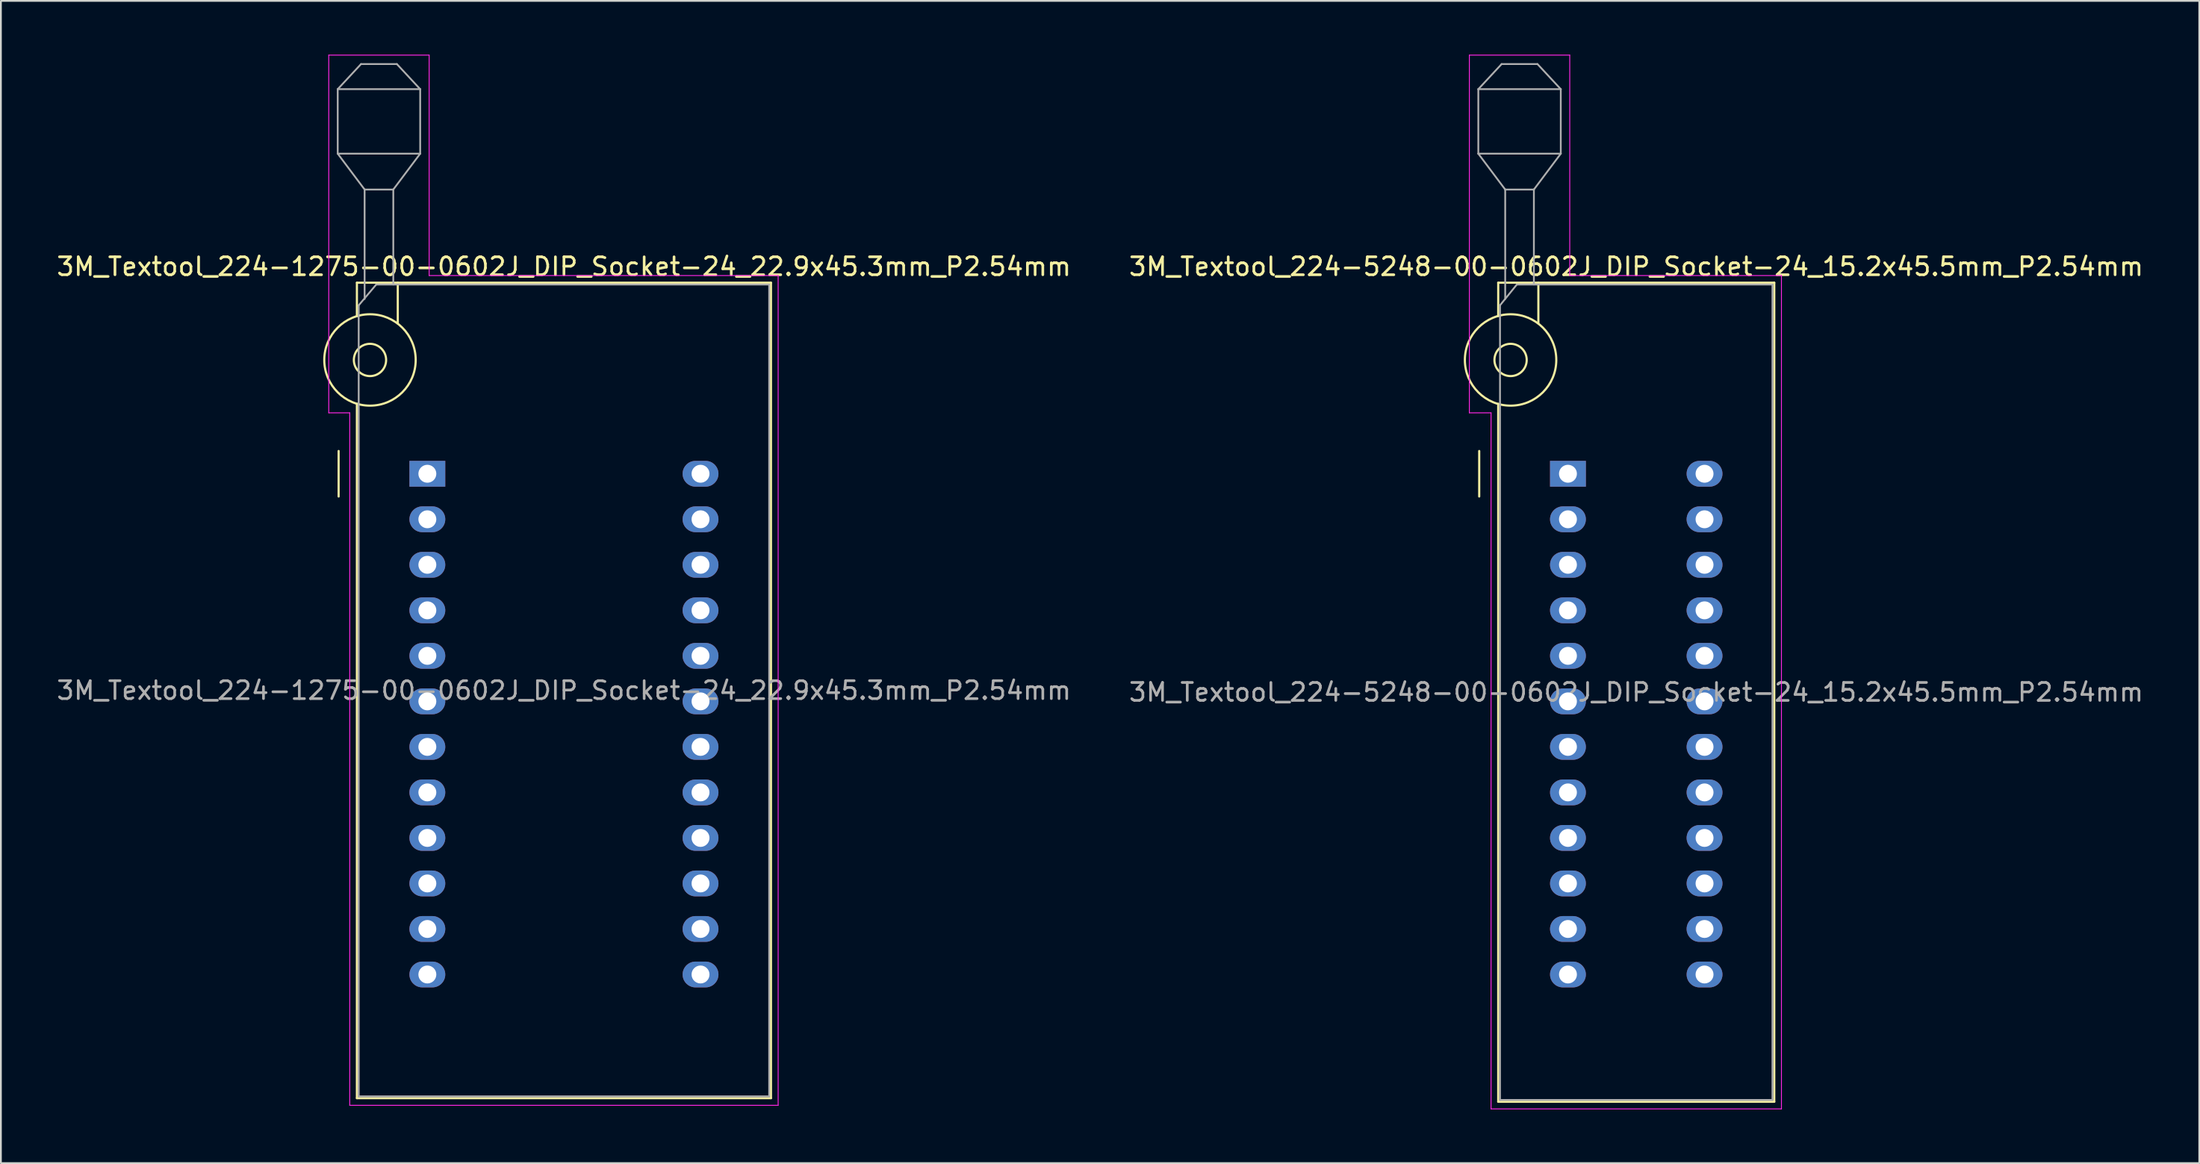
<source format=kicad_pcb>
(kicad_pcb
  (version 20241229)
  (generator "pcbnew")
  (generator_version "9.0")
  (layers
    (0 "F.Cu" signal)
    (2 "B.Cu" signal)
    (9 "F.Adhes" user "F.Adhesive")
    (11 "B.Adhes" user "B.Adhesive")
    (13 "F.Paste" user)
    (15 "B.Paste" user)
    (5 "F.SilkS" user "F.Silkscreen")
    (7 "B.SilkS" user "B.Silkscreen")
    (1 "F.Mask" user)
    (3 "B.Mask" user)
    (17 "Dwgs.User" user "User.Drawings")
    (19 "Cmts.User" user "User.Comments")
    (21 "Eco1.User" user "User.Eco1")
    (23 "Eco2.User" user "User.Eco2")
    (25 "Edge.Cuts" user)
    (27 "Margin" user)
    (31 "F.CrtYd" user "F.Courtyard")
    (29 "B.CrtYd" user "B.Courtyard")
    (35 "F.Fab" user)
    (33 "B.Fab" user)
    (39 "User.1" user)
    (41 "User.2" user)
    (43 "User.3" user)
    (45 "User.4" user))
  (footprint "3M_Textool_224-5248-00-0602J_DIP_Socket-24_15.2x45.5mm_P2.54mm"
    (layer "F.Cu")
    (at 84.422 23.385)
    (property "Reference" "3M_Textool_224-5248-00-0602J_DIP_Socket-24_15.2x45.5mm_P2.54mm" (at 3.81 -11.56 0) (layer "F.SilkS") (effects (font (size 1 1) (thickness 0.15))))
    (attr through_hole)
    (fp_line (start -4.95 1.27) (end -4.95 -1.27) (stroke (width 0.12) (type solid)) (layer "F.SilkS"))
    (fp_line (start -3.89 -10.66) (end -3.89 -8.8) (stroke (width 0.12) (type solid)) (layer "F.SilkS"))
    (fp_line (start -3.89 -3.9) (end -3.89 35.04) (stroke (width 0.12) (type solid)) (layer "F.SilkS"))
    (fp_line (start -3.89 35.04) (end 11.51 35.04) (stroke (width 0.12) (type solid)) (layer "F.SilkS"))
    (fp_line (start -1.65 -10.66) (end -1.65 -8.4) (stroke (width 0.12) (type solid)) (layer "F.SilkS"))
    (fp_line (start 11.51 -10.66) (end -3.89 -10.66) (stroke (width 0.12) (type solid)) (layer "F.SilkS"))
    (fp_line (start 11.51 35.04) (end 11.51 -10.66) (stroke (width 0.12) (type solid)) (layer "F.SilkS"))
    (fp_circle (center -3.2 -6.35) (end -2.3 -6.35) (stroke (width 0.12) (type solid)) (fill no) (layer "F.SilkS"))
    (fp_circle (center -3.2 -6.35) (end -0.65 -6.35) (stroke (width 0.12) (type solid)) (fill no) (layer "F.SilkS"))
    (fp_line (start -5.5 -23.36) (end 0.1 -23.36) (stroke (width 0.05) (type solid)) (layer "F.CrtYd"))
    (fp_line (start -5.5 -3.4) (end -5.5 -23.36) (stroke (width 0.05) (type solid)) (layer "F.CrtYd"))
    (fp_line (start -4.29 -3.4) (end -5.5 -3.4) (stroke (width 0.05) (type solid)) (layer "F.CrtYd"))
    (fp_line (start -4.29 35.44) (end -4.29 -3.4) (stroke (width 0.05) (type solid)) (layer "F.CrtYd"))
    (fp_line (start 0.1 -23.36) (end 0.1 -11.06) (stroke (width 0.05) (type solid)) (layer "F.CrtYd"))
    (fp_line (start 0.1 -11.06) (end 11.91 -11.06) (stroke (width 0.05) (type solid)) (layer "F.CrtYd"))
    (fp_line (start 11.91 -11.06) (end 11.91 35.44) (stroke (width 0.05) (type solid)) (layer "F.CrtYd"))
    (fp_line (start 11.91 35.44) (end -4.29 35.44) (stroke (width 0.05) (type solid)) (layer "F.CrtYd"))
    (fp_line (start -5 -21.46) (end -5 -17.86) (stroke (width 0.1) (type solid)) (layer "F.Fab"))
    (fp_line (start -5 -21.46) (end -3.7 -22.86) (stroke (width 0.1) (type solid)) (layer "F.Fab"))
    (fp_line (start -5 -17.86) (end -3.5 -15.86) (stroke (width 0.1) (type solid)) (layer "F.Fab"))
    (fp_line (start -5 -17.86) (end -0.4 -17.86) (stroke (width 0.1) (type solid)) (layer "F.Fab"))
    (fp_line (start -3.79 -9.4) (end -2.85 -10.56) (stroke (width 0.1) (type solid)) (layer "F.Fab"))
    (fp_line (start -3.79 34.94) (end -3.79 -9.4) (stroke (width 0.1) (type solid)) (layer "F.Fab"))
    (fp_line (start -3.7 -22.86) (end -1.7 -22.86) (stroke (width 0.1) (type solid)) (layer "F.Fab"))
    (fp_line (start -3.5 -15.86) (end -1.9 -15.86) (stroke (width 0.1) (type solid)) (layer "F.Fab"))
    (fp_line (start -3.5 -9.75) (end -3.5 -15.86) (stroke (width 0.1) (type solid)) (layer "F.Fab"))
    (fp_line (start -2.85 -10.56) (end 11.41 -10.56) (stroke (width 0.1) (type solid)) (layer "F.Fab"))
    (fp_line (start -1.9 -15.86) (end -1.9 -10.56) (stroke (width 0.1) (type solid)) (layer "F.Fab"))
    (fp_line (start -1.7 -22.86) (end -0.4 -21.46) (stroke (width 0.1) (type solid)) (layer "F.Fab"))
    (fp_line (start -0.4 -21.46) (end -5 -21.46) (stroke (width 0.1) (type solid)) (layer "F.Fab"))
    (fp_line (start -0.4 -17.86) (end -1.9 -15.86) (stroke (width 0.1) (type solid)) (layer "F.Fab"))
    (fp_line (start -0.4 -17.86) (end -0.4 -21.46) (stroke (width 0.1) (type solid)) (layer "F.Fab"))
    (fp_line (start 11.41 -10.56) (end 11.41 34.94) (stroke (width 0.1) (type solid)) (layer "F.Fab"))
    (fp_line (start 11.41 34.94) (end -3.79 34.94) (stroke (width 0.1) (type solid)) (layer "F.Fab"))
    (fp_text user "${REFERENCE}" (at 3.81 12.19 0) (layer "F.Fab") (effects (font (size 1 1) (thickness 0.15))))
    (pad "1" thru_hole rect (at 0 0) (size 2 1.44) (drill 1) (layers "*.Cu" "*.Mask"))
    (pad "2" thru_hole oval (at 0 2.54) (size 2 1.44) (drill 1) (layers "*.Cu" "*.Mask"))
    (pad "3" thru_hole oval (at 0 5.08) (size 2 1.44) (drill 1) (layers "*.Cu" "*.Mask"))
    (pad "4" thru_hole oval (at 0 7.62) (size 2 1.44) (drill 1) (layers "*.Cu" "*.Mask"))
    (pad "5" thru_hole oval (at 0 10.16) (size 2 1.44) (drill 1) (layers "*.Cu" "*.Mask"))
    (pad "6" thru_hole oval (at 0 12.7) (size 2 1.44) (drill 1) (layers "*.Cu" "*.Mask"))
    (pad "7" thru_hole oval (at 0 15.24) (size 2 1.44) (drill 1) (layers "*.Cu" "*.Mask"))
    (pad "8" thru_hole oval (at 0 17.78) (size 2 1.44) (drill 1) (layers "*.Cu" "*.Mask"))
    (pad "9" thru_hole oval (at 0 20.32) (size 2 1.44) (drill 1) (layers "*.Cu" "*.Mask"))
    (pad "10" thru_hole oval (at 0 22.86) (size 2 1.44) (drill 1) (layers "*.Cu" "*.Mask"))
    (pad "11" thru_hole oval (at 0 25.4) (size 2 1.44) (drill 1) (layers "*.Cu" "*.Mask"))
    (pad "12" thru_hole oval (at 0 27.94) (size 2 1.44) (drill 1) (layers "*.Cu" "*.Mask"))
    (pad "13" thru_hole oval (at 7.62 27.94) (size 2 1.44) (drill 1) (layers "*.Cu" "*.Mask"))
    (pad "14" thru_hole oval (at 7.62 25.4) (size 2 1.44) (drill 1) (layers "*.Cu" "*.Mask"))
    (pad "15" thru_hole oval (at 7.62 22.86) (size 2 1.44) (drill 1) (layers "*.Cu" "*.Mask"))
    (pad "16" thru_hole oval (at 7.62 20.32) (size 2 1.44) (drill 1) (layers "*.Cu" "*.Mask"))
    (pad "17" thru_hole oval (at 7.62 17.78) (size 2 1.44) (drill 1) (layers "*.Cu" "*.Mask"))
    (pad "18" thru_hole oval (at 7.62 15.24) (size 2 1.44) (drill 1) (layers "*.Cu" "*.Mask"))
    (pad "19" thru_hole oval (at 7.62 12.7) (size 2 1.44) (drill 1) (layers "*.Cu" "*.Mask"))
    (pad "20" thru_hole oval (at 7.62 10.16) (size 2 1.44) (drill 1) (layers "*.Cu" "*.Mask"))
    (pad "21" thru_hole oval (at 7.62 7.62) (size 2 1.44) (drill 1) (layers "*.Cu" "*.Mask"))
    (pad "22" thru_hole oval (at 7.62 5.08) (size 2 1.44) (drill 1) (layers "*.Cu" "*.Mask"))
    (pad "23" thru_hole oval (at 7.62 2.54) (size 2 1.44) (drill 1) (layers "*.Cu" "*.Mask"))
    (pad "24" thru_hole oval (at 7.62 0) (size 2 1.44) (drill 1) (layers "*.Cu" "*.Mask")))
  (footprint "3M_Textool_224-1275-00-0602J_DIP_Socket-24_22.9x45.3mm_P2.54mm"
    (layer "F.Cu")
    (at 20.791 23.385)
    (property "Reference" "3M_Textool_224-1275-00-0602J_DIP_Socket-24_22.9x45.3mm_P2.54mm" (at 7.62 -11.56 0) (layer "F.SilkS") (effects (font (size 1 1) (thickness 0.15))))
    (attr through_hole)
    (fp_line (start -4.95 1.27) (end -4.95 -1.27) (stroke (width 0.12) (type solid)) (layer "F.SilkS"))
    (fp_line (start -3.93 -10.66) (end -3.93 -8.8) (stroke (width 0.12) (type solid)) (layer "F.SilkS"))
    (fp_line (start -3.93 -3.9) (end -3.93 34.84) (stroke (width 0.12) (type solid)) (layer "F.SilkS"))
    (fp_line (start -3.93 34.84) (end 19.17 34.84) (stroke (width 0.12) (type solid)) (layer "F.SilkS"))
    (fp_line (start -1.65 -10.66) (end -1.65 -8.4) (stroke (width 0.12) (type solid)) (layer "F.SilkS"))
    (fp_line (start 19.17 -10.66) (end -3.93 -10.66) (stroke (width 0.12) (type solid)) (layer "F.SilkS"))
    (fp_line (start 19.17 34.84) (end 19.17 -10.66) (stroke (width 0.12) (type solid)) (layer "F.SilkS"))
    (fp_circle (center -3.2 -6.35) (end -2.3 -6.35) (stroke (width 0.12) (type solid)) (fill no) (layer "F.SilkS"))
    (fp_circle (center -3.2 -6.35) (end -0.65 -6.35) (stroke (width 0.12) (type solid)) (fill no) (layer "F.SilkS"))
    (fp_line (start -5.5 -23.36) (end 0.1 -23.36) (stroke (width 0.05) (type solid)) (layer "F.CrtYd"))
    (fp_line (start -5.5 -3.4) (end -5.5 -23.36) (stroke (width 0.05) (type solid)) (layer "F.CrtYd"))
    (fp_line (start -4.33 -3.4) (end -5.5 -3.4) (stroke (width 0.05) (type solid)) (layer "F.CrtYd"))
    (fp_line (start -4.33 35.24) (end -4.33 -3.4) (stroke (width 0.05) (type solid)) (layer "F.CrtYd"))
    (fp_line (start 0.1 -23.36) (end 0.1 -11.06) (stroke (width 0.05) (type solid)) (layer "F.CrtYd"))
    (fp_line (start 0.1 -11.06) (end 19.57 -11.06) (stroke (width 0.05) (type solid)) (layer "F.CrtYd"))
    (fp_line (start 19.57 -11.06) (end 19.57 35.24) (stroke (width 0.05) (type solid)) (layer "F.CrtYd"))
    (fp_line (start 19.57 35.24) (end -4.33 35.24) (stroke (width 0.05) (type solid)) (layer "F.CrtYd"))
    (fp_line (start -5 -21.46) (end -5 -17.86) (stroke (width 0.1) (type solid)) (layer "F.Fab"))
    (fp_line (start -5 -21.46) (end -3.7 -22.86) (stroke (width 0.1) (type solid)) (layer "F.Fab"))
    (fp_line (start -5 -17.86) (end -3.5 -15.86) (stroke (width 0.1) (type solid)) (layer "F.Fab"))
    (fp_line (start -5 -17.86) (end -0.4 -17.86) (stroke (width 0.1) (type solid)) (layer "F.Fab"))
    (fp_line (start -3.83 -9.4) (end -2.85 -10.56) (stroke (width 0.1) (type solid)) (layer "F.Fab"))
    (fp_line (start -3.83 34.74) (end -3.83 -9.4) (stroke (width 0.1) (type solid)) (layer "F.Fab"))
    (fp_line (start -3.7 -22.86) (end -1.7 -22.86) (stroke (width 0.1) (type solid)) (layer "F.Fab"))
    (fp_line (start -3.5 -15.86) (end -1.9 -15.86) (stroke (width 0.1) (type solid)) (layer "F.Fab"))
    (fp_line (start -3.5 -9.75) (end -3.5 -15.86) (stroke (width 0.1) (type solid)) (layer "F.Fab"))
    (fp_line (start -2.85 -10.56) (end 19.07 -10.56) (stroke (width 0.1) (type solid)) (layer "F.Fab"))
    (fp_line (start -1.9 -15.86) (end -1.9 -10.56) (stroke (width 0.1) (type solid)) (layer "F.Fab"))
    (fp_line (start -1.7 -22.86) (end -0.4 -21.46) (stroke (width 0.1) (type solid)) (layer "F.Fab"))
    (fp_line (start -0.4 -21.46) (end -5 -21.46) (stroke (width 0.1) (type solid)) (layer "F.Fab"))
    (fp_line (start -0.4 -17.86) (end -1.9 -15.86) (stroke (width 0.1) (type solid)) (layer "F.Fab"))
    (fp_line (start -0.4 -17.86) (end -0.4 -21.46) (stroke (width 0.1) (type solid)) (layer "F.Fab"))
    (fp_line (start 19.07 -10.56) (end 19.07 34.74) (stroke (width 0.1) (type solid)) (layer "F.Fab"))
    (fp_line (start 19.07 34.74) (end -3.83 34.74) (stroke (width 0.1) (type solid)) (layer "F.Fab"))
    (fp_text user "${REFERENCE}" (at 7.62 12.09 0) (layer "F.Fab") (effects (font (size 1 1) (thickness 0.15))))
    (pad "1" thru_hole rect (at 0 0) (size 2 1.44) (drill 1) (layers "*.Cu" "*.Mask"))
    (pad "2" thru_hole oval (at 0 2.54) (size 2 1.44) (drill 1) (layers "*.Cu" "*.Mask"))
    (pad "3" thru_hole oval (at 0 5.08) (size 2 1.44) (drill 1) (layers "*.Cu" "*.Mask"))
    (pad "4" thru_hole oval (at 0 7.62) (size 2 1.44) (drill 1) (layers "*.Cu" "*.Mask"))
    (pad "5" thru_hole oval (at 0 10.16) (size 2 1.44) (drill 1) (layers "*.Cu" "*.Mask"))
    (pad "6" thru_hole oval (at 0 12.7) (size 2 1.44) (drill 1) (layers "*.Cu" "*.Mask"))
    (pad "7" thru_hole oval (at 0 15.24) (size 2 1.44) (drill 1) (layers "*.Cu" "*.Mask"))
    (pad "8" thru_hole oval (at 0 17.78) (size 2 1.44) (drill 1) (layers "*.Cu" "*.Mask"))
    (pad "9" thru_hole oval (at 0 20.32) (size 2 1.44) (drill 1) (layers "*.Cu" "*.Mask"))
    (pad "10" thru_hole oval (at 0 22.86) (size 2 1.44) (drill 1) (layers "*.Cu" "*.Mask"))
    (pad "11" thru_hole oval (at 0 25.4) (size 2 1.44) (drill 1) (layers "*.Cu" "*.Mask"))
    (pad "12" thru_hole oval (at 0 27.94) (size 2 1.44) (drill 1) (layers "*.Cu" "*.Mask"))
    (pad "13" thru_hole oval (at 15.24 27.94) (size 2 1.44) (drill 1) (layers "*.Cu" "*.Mask"))
    (pad "14" thru_hole oval (at 15.24 25.4) (size 2 1.44) (drill 1) (layers "*.Cu" "*.Mask"))
    (pad "15" thru_hole oval (at 15.24 22.86) (size 2 1.44) (drill 1) (layers "*.Cu" "*.Mask"))
    (pad "16" thru_hole oval (at 15.24 20.32) (size 2 1.44) (drill 1) (layers "*.Cu" "*.Mask"))
    (pad "17" thru_hole oval (at 15.24 17.78) (size 2 1.44) (drill 1) (layers "*.Cu" "*.Mask"))
    (pad "18" thru_hole oval (at 15.24 15.24) (size 2 1.44) (drill 1) (layers "*.Cu" "*.Mask"))
    (pad "19" thru_hole oval (at 15.24 12.7) (size 2 1.44) (drill 1) (layers "*.Cu" "*.Mask"))
    (pad "20" thru_hole oval (at 15.24 10.16) (size 2 1.44) (drill 1) (layers "*.Cu" "*.Mask"))
    (pad "21" thru_hole oval (at 15.24 7.62) (size 2 1.44) (drill 1) (layers "*.Cu" "*.Mask"))
    (pad "22" thru_hole oval (at 15.24 5.08) (size 2 1.44) (drill 1) (layers "*.Cu" "*.Mask"))
    (pad "23" thru_hole oval (at 15.24 2.54) (size 2 1.44) (drill 1) (layers "*.Cu" "*.Mask"))
    (pad "24" thru_hole oval (at 15.24 0) (size 2 1.44) (drill 1) (layers "*.Cu" "*.Mask")))
  (gr_rect
    (start -3 -3)
    (end 119.643 61.85)
    (stroke (width 0.1) (type default))
    (fill no)
    (layer "Edge.Cuts")))
</source>
